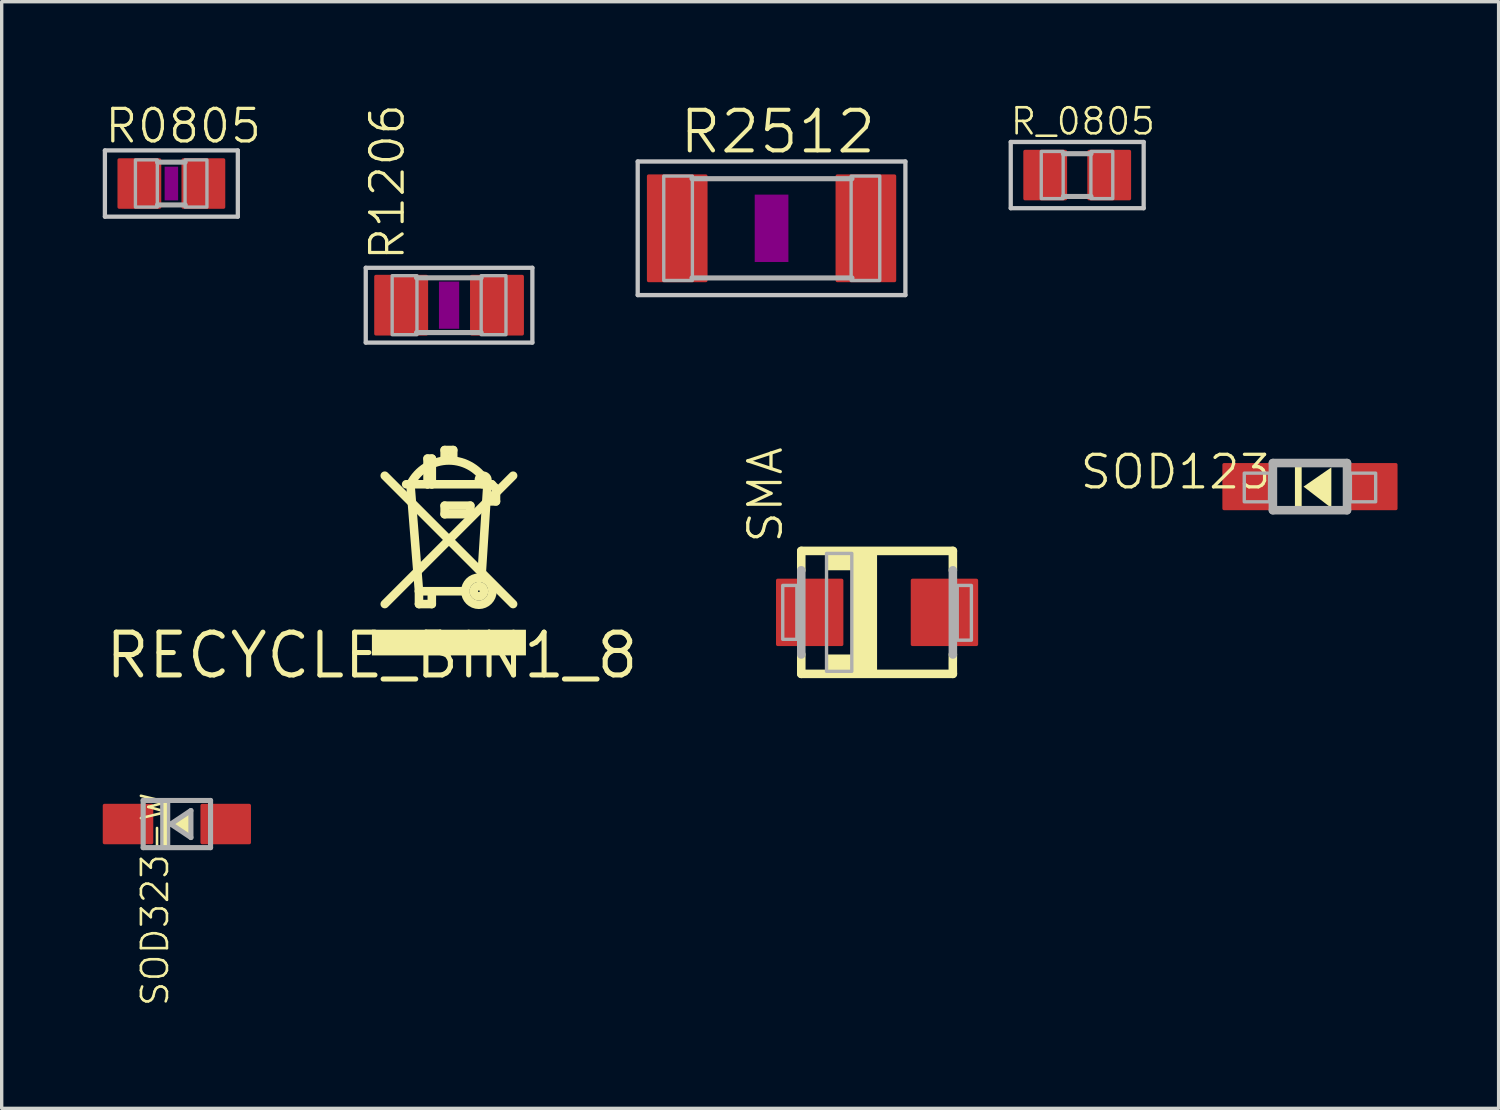
<source format=kicad_pcb>
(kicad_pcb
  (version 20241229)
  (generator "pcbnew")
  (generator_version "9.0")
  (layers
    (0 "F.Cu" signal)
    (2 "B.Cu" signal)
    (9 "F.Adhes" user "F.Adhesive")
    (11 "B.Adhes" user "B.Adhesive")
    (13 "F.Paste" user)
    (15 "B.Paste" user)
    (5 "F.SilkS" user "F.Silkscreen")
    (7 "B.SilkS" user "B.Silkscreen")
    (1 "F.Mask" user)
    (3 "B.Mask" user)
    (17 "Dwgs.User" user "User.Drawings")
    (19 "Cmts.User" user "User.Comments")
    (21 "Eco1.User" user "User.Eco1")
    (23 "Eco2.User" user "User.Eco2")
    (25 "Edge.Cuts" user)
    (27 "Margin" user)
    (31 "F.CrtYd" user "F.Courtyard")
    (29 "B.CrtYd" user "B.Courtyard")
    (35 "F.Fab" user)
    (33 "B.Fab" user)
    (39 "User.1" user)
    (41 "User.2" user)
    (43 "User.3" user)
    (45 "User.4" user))
  (footprint "R1206"
    (layer "F.Cu")
    (at 10.28 6.009)
    (property "Reference" "R1206" (at -1.27 -1.27 90) (layer "F.SilkS") (effects (font (size 0.965 0.965) (thickness 0.097)) (justify left bottom)))
    (attr through_hole)
    (fp_poly (pts (xy -0.3 0.7) (xy 0.3 0.7) (xy 0.3 -0.7) (xy -0.3 -0.7)) (stroke (width 0) (type solid)) (fill yes) (layer "F.Adhes"))
    (fp_line (start -2.473 -1.11) (end 2.473 -1.11) (stroke (width 0.127) (type solid)) (layer "Dwgs.User"))
    (fp_line (start -2.473 1.11) (end -2.473 -1.11) (stroke (width 0.127) (type solid)) (layer "Dwgs.User"))
    (fp_line (start 2.473 -1.11) (end 2.473 1.11) (stroke (width 0.127) (type solid)) (layer "Dwgs.User"))
    (fp_line (start 2.473 1.11) (end -2.473 1.11) (stroke (width 0.127) (type solid)) (layer "Dwgs.User"))
    (fp_line (start 0.953 -0.813) (end -0.965 -0.813) (stroke (width 0.152) (type solid)) (layer "F.Fab"))
    (fp_line (start 0.953 0.813) (end -0.965 0.813) (stroke (width 0.152) (type solid)) (layer "F.Fab"))
    (fp_poly (pts (xy -1.689 0.876) (xy -0.953 0.876) (xy -0.953 -0.876) (xy -1.689 -0.876)) (stroke (width 0.1) (type solid)) (fill no) (layer "F.Fab"))
    (fp_poly (pts (xy 0.953 0.876) (xy 1.689 0.876) (xy 1.689 -0.876) (xy 0.953 -0.876)) (stroke (width 0.1) (type solid)) (fill no) (layer "F.Fab"))
    (pad "1" smd roundrect (at -1.422 0) (size 1.6 1.803) (layers "F.Cu" "F.Mask" "F.Paste") (roundrect_rratio 0.032))
    (pad "2" smd roundrect (at 1.422 0) (size 1.6 1.803) (layers "F.Cu" "F.Mask" "F.Paste") (roundrect_rratio 0.032)))
  (footprint "SOD123"
    (layer "F.Cu")
    (at 35.835 11.395)
    (property "Reference" "SOD123" (at -1.1 -1 180) (layer "F.SilkS") (effects (font (size 0.965 0.965) (thickness 0.097)) (justify right top)))
    (attr through_hole)
    (fp_poly (pts (xy -0.191 0) (xy 0.635 -0.572) (xy 0.635 0.635)) (stroke (width 0) (type solid)) (fill yes) (layer "F.SilkS"))
    (fp_poly (pts (xy -0.446 0.7) (xy -0.246 0.7) (xy -0.246 -0.7) (xy -0.446 -0.7)) (stroke (width 0) (type solid)) (fill yes) (layer "F.SilkS"))
    (fp_line (start -1.1 -0.7) (end 1.1 -0.7) (stroke (width 0.254) (type solid)) (layer "F.Fab"))
    (fp_line (start -1.1 0.7) (end -1.1 -0.7) (stroke (width 0.254) (type solid)) (layer "F.Fab"))
    (fp_line (start 1.1 -0.7) (end 1.1 0.7) (stroke (width 0.254) (type solid)) (layer "F.Fab"))
    (fp_line (start 1.1 0.7) (end -1.1 0.7) (stroke (width 0.254) (type solid)) (layer "F.Fab"))
    (fp_poly (pts (xy -1.95 0.45) (xy -1.2 0.45) (xy -1.2 -0.4) (xy -1.95 -0.4)) (stroke (width 0.1) (type solid)) (fill no) (layer "F.Fab"))
    (fp_poly (pts (xy 1.2 0.45) (xy 1.95 0.45) (xy 1.95 -0.4) (xy 1.2 -0.4)) (stroke (width 0.1) (type solid)) (fill no) (layer "F.Fab"))
    (pad "A" smd roundrect (at 1.9 0) (size 1.4 1.4) (layers "F.Cu" "F.Mask" "F.Paste") (roundrect_rratio 0.036))
    (pad "C" smd roundrect (at -1.9 0) (size 1.4 1.4) (layers "F.Cu" "F.Mask" "F.Paste") (roundrect_rratio 0.036)))
  (footprint "SOD323-W"
    (layer "F.Cu")
    (at 2.2 21.411)
    (property "Reference" "SOD323-W" (at -1.1 -1 270) (layer "F.SilkS") (effects (font (size 0.772 0.772) (thickness 0.077)) (justify right top)))
    (attr through_hole)
    (fp_poly (pts (xy -0.191 0) (xy 0.381 -0.381) (xy 0.381 0.381)) (stroke (width 0) (type solid)) (fill yes) (layer "F.SilkS"))
    (fp_poly (pts (xy -0.446 0.7) (xy -0.246 0.7) (xy -0.246 -0.7) (xy -0.446 -0.7)) (stroke (width 0) (type solid)) (fill yes) (layer "F.SilkS"))
    (fp_line (start -1 -0.7) (end 1 -0.7) (stroke (width 0.152) (type solid)) (layer "F.Fab"))
    (fp_line (start -1 0.7) (end -1 -0.7) (stroke (width 0.152) (type solid)) (layer "F.Fab"))
    (fp_line (start -0.182 0) (end 0.417 -0.4) (stroke (width 0.152) (type solid)) (layer "F.Fab"))
    (fp_line (start 0.417 -0.4) (end 0.417 0.4) (stroke (width 0.152) (type solid)) (layer "F.Fab"))
    (fp_line (start 0.417 0.4) (end -0.182 0) (stroke (width 0.152) (type solid)) (layer "F.Fab"))
    (fp_line (start 1 -0.7) (end 1 0.7) (stroke (width 0.152) (type solid)) (layer "F.Fab"))
    (fp_line (start 1 0.7) (end -1 0.7) (stroke (width 0.152) (type solid)) (layer "F.Fab"))
    (fp_poly (pts (xy -0.446 0.7) (xy -0.246 0.7) (xy -0.246 -0.7) (xy -0.446 -0.7)) (stroke (width 0.1) (type solid)) (fill no) (layer "F.Fab"))
    (pad "A" smd roundrect (at 1.45 0) (size 1.5 1.2) (layers "F.Cu" "F.Mask" "F.Paste") (roundrect_rratio 0.042))
    (pad "C" smd roundrect (at -1.45 0) (size 1.5 1.2) (layers "F.Cu" "F.Mask" "F.Paste") (roundrect_rratio 0.042)))
  (footprint "R2512"
    (layer "F.Cu")
    (at 19.853 3.727)
    (property "Reference" "R2512" (at -2.794 -2.159 0) (layer "F.SilkS") (effects (font (size 1.206 1.206) (thickness 0.121)) (justify left bottom)))
    (attr through_hole)
    (fp_poly (pts (xy -0.5 1) (xy 0.5 1) (xy 0.5 -1) (xy -0.5 -1)) (stroke (width 0) (type solid)) (fill yes) (layer "F.Adhes"))
    (fp_line (start -3.973 -1.983) (end 3.973 -1.983) (stroke (width 0.127) (type solid)) (layer "Dwgs.User"))
    (fp_line (start -3.973 1.983) (end -3.973 -1.983) (stroke (width 0.127) (type solid)) (layer "Dwgs.User"))
    (fp_line (start 3.973 -1.983) (end 3.973 1.983) (stroke (width 0.127) (type solid)) (layer "Dwgs.User"))
    (fp_line (start 3.973 1.983) (end -3.973 1.983) (stroke (width 0.127) (type solid)) (layer "Dwgs.User"))
    (fp_line (start -2.362 -1.473) (end 2.387 -1.473) (stroke (width 0.152) (type solid)) (layer "F.Fab"))
    (fp_line (start -2.362 1.473) (end 2.387 1.473) (stroke (width 0.152) (type solid)) (layer "F.Fab"))
    (fp_poly (pts (xy -3.2 1.549) (xy -2.35 1.549) (xy -2.35 -1.551) (xy -3.2 -1.551)) (stroke (width 0.1) (type solid)) (fill no) (layer "F.Fab"))
    (fp_poly (pts (xy 2.362 1.549) (xy 3.212 1.549) (xy 3.212 -1.551) (xy 2.362 -1.551)) (stroke (width 0.1) (type solid)) (fill no) (layer "F.Fab"))
    (pad "1" smd roundrect (at -2.8 0) (size 1.8 3.2) (layers "F.Cu" "F.Mask" "F.Paste") (roundrect_rratio 0.028))
    (pad "2" smd roundrect (at 2.8 0) (size 1.8 3.2) (layers "F.Cu" "F.Mask" "F.Paste") (roundrect_rratio 0.028)))
  (footprint "SMA"
    (layer "F.Cu")
    (at 22.985 15.128)
    (property "Reference" "SMA" (at -2.75 -2 270) (layer "F.SilkS") (effects (font (size 0.965 0.965) (thickness 0.097)) (justify left bottom)))
    (attr through_hole)
    (fp_line (start -2.25 -1.825) (end -2.25 -1.25) (stroke (width 0.254) (type solid)) (layer "F.SilkS"))
    (fp_line (start -2.25 -1.825) (end 2.25 -1.825) (stroke (width 0.254) (type solid)) (layer "F.SilkS"))
    (fp_line (start -2.25 1.825) (end -2.25 1.25) (stroke (width 0.254) (type solid)) (layer "F.SilkS"))
    (fp_line (start 2.25 -1.825) (end 2.25 -1.25) (stroke (width 0.254) (type solid)) (layer "F.SilkS"))
    (fp_line (start 2.25 1.825) (end -2.25 1.825) (stroke (width 0.254) (type solid)) (layer "F.SilkS"))
    (fp_arc (start 2.25 1.825) (mid 2.247611 1.5375) (end 2.25 1.25) (stroke (width 0.254) (type solid)) (layer "F.SilkS"))
    (fp_poly (pts (xy -1.5 -1.25) (xy -0.75 -1.25) (xy -0.75 -1.75) (xy -1.5 -1.75)) (stroke (width 0) (type solid)) (fill yes) (layer "F.SilkS"))
    (fp_poly (pts (xy -1.5 1.75) (xy -0.75 1.75) (xy -0.75 1.25) (xy -1.5 1.25)) (stroke (width 0) (type solid)) (fill yes) (layer "F.SilkS"))
    (fp_poly (pts (xy -0.762 1.778) (xy 0 1.778) (xy 0 -1.778) (xy -0.762 -1.778)) (stroke (width 0) (type solid)) (fill yes) (layer "F.SilkS"))
    (fp_line (start -2.25 1.25) (end -2.25 -1.25) (stroke (width 0.254) (type solid)) (layer "F.Fab"))
    (fp_line (start 2.25 -1.25) (end 2.25 1.25) (stroke (width 0.254) (type solid)) (layer "F.Fab"))
    (fp_poly (pts (xy -2.8 0.8) (xy -2.38 0.8) (xy -2.38 -0.8) (xy -2.8 -0.8)) (stroke (width 0.1) (type solid)) (fill no) (layer "F.Fab"))
    (fp_poly (pts (xy -1.5 1.75) (xy -0.75 1.75) (xy -0.75 -1.75) (xy -1.5 -1.75)) (stroke (width 0.1) (type solid)) (fill no) (layer "F.Fab"))
    (fp_poly (pts (xy 2.38 0.825) (xy 2.8 0.825) (xy 2.8 -0.8) (xy 2.38 -0.8)) (stroke (width 0.1) (type solid)) (fill no) (layer "F.Fab"))
    (pad "A" smd roundrect (at 2 0) (size 2 2) (layers "F.Cu" "F.Mask" "F.Paste") (roundrect_rratio 0.025))
    (pad "C" smd roundrect (at -2 0) (size 2 2) (layers "F.Cu" "F.Mask" "F.Paste") (roundrect_rratio 0.025)))
  (footprint "RECYCLE_BIN1_8"
    (layer "F.Cu")
    (at 7.99 16.405)
    (property "Reference" "RECYCLE_BIN1_8" (at 0 0 0) (layer "F.SilkS") (effects (font (size 1.27 1.27) (thickness 0.15))))
    (attr through_hole)
    (fp_line (start 0.381 -5.334) (end 4.191 -1.524) (stroke (width 0.254) (type solid)) (layer "F.SilkS"))
    (fp_line (start 1.143 -5.08) (end 1.016 -5.08) (stroke (width 0.254) (type solid)) (layer "F.SilkS"))
    (fp_line (start 1.143 -5.08) (end 1.651 -5.08) (stroke (width 0.254) (type solid)) (layer "F.SilkS"))
    (fp_line (start 1.397 -1.905) (end 1.143 -5.08) (stroke (width 0.254) (type solid)) (layer "F.SilkS"))
    (fp_line (start 1.397 -1.905) (end 1.397 -1.524) (stroke (width 0.254) (type solid)) (layer "F.SilkS"))
    (fp_line (start 1.397 -1.524) (end 1.778 -1.524) (stroke (width 0.254) (type solid)) (layer "F.SilkS"))
    (fp_line (start 1.651 -5.842) (end 1.651 -5.08) (stroke (width 0.254) (type solid)) (layer "F.SilkS"))
    (fp_line (start 1.651 -5.842) (end 1.778 -5.842) (stroke (width 0.254) (type solid)) (layer "F.SilkS"))
    (fp_line (start 1.651 -5.08) (end 1.778 -5.08) (stroke (width 0.254) (type solid)) (layer "F.SilkS"))
    (fp_line (start 1.778 -5.842) (end 1.778 -5.08) (stroke (width 0.254) (type solid)) (layer "F.SilkS"))
    (fp_line (start 1.778 -5.08) (end 3.429 -5.08) (stroke (width 0.254) (type solid)) (layer "F.SilkS"))
    (fp_line (start 1.778 -1.905) (end 1.397 -1.905) (stroke (width 0.254) (type solid)) (layer "F.SilkS"))
    (fp_line (start 1.778 -1.524) (end 1.778 -1.905) (stroke (width 0.254) (type solid)) (layer "F.SilkS"))
    (fp_line (start 2.159 -6.096) (end 2.159 -5.842) (stroke (width 0.254) (type solid)) (layer "F.SilkS"))
    (fp_line (start 2.159 -5.842) (end 2.413 -5.842) (stroke (width 0.254) (type solid)) (layer "F.SilkS"))
    (fp_line (start 2.159 -4.445) (end 2.159 -4.191) (stroke (width 0.254) (type solid)) (layer "F.SilkS"))
    (fp_line (start 2.159 -4.191) (end 2.921 -4.191) (stroke (width 0.254) (type solid)) (layer "F.SilkS"))
    (fp_line (start 2.413 -6.096) (end 2.159 -6.096) (stroke (width 0.254) (type solid)) (layer "F.SilkS"))
    (fp_line (start 2.413 -5.842) (end 2.413 -6.096) (stroke (width 0.254) (type solid)) (layer "F.SilkS"))
    (fp_line (start 2.769 -1.905) (end 1.778 -1.905) (stroke (width 0.254) (type solid)) (layer "F.SilkS"))
    (fp_line (start 2.921 -4.445) (end 2.159 -4.445) (stroke (width 0.254) (type solid)) (layer "F.SilkS"))
    (fp_line (start 2.921 -4.191) (end 2.921 -4.445) (stroke (width 0.254) (type solid)) (layer "F.SilkS"))
    (fp_line (start 3.429 -5.08) (end 3.251 -2.311) (stroke (width 0.254) (type solid)) (layer "F.SilkS"))
    (fp_line (start 3.429 -5.08) (end 3.556 -5.08) (stroke (width 0.254) (type solid)) (layer "F.SilkS"))
    (fp_line (start 3.429 -4.572) (end 0.381 -1.524) (stroke (width 0.254) (type solid)) (layer "F.SilkS"))
    (fp_line (start 3.556 -5.08) (end 3.683 -4.953) (stroke (width 0.254) (type solid)) (layer "F.SilkS"))
    (fp_line (start 3.683 -4.953) (end 3.683 -4.572) (stroke (width 0.254) (type solid)) (layer "F.SilkS"))
    (fp_line (start 3.683 -4.572) (end 3.429 -4.572) (stroke (width 0.254) (type solid)) (layer "F.SilkS"))
    (fp_line (start 4.191 -5.334) (end 3.429 -4.572) (stroke (width 0.254) (type solid)) (layer "F.SilkS"))
    (fp_arc (start 1.143 -5.08) (mid 2.286 -5.786413) (end 3.429 -5.08) (stroke (width 0.254) (type solid)) (layer "F.SilkS"))
    (fp_circle (center 3.175 -1.905) (end 3.2 -1.905) (stroke (width 0.254) (type solid)) (fill no) (layer "F.SilkS"))
    (fp_circle (center 3.175 -1.905) (end 3.577 -1.905) (stroke (width 0.254) (type solid)) (fill no) (layer "F.SilkS"))
    (fp_circle (center 3.302 -5.207) (end 3.429 -5.207) (stroke (width 0.254) (type solid)) (fill no) (layer "F.SilkS"))
    (fp_poly (pts (xy 0 0) (xy 4.572 0) (xy 4.572 -0.762) (xy 0 -0.762)) (stroke (width 0) (type solid)) (fill yes) (layer "F.SilkS")))
  (footprint "R0805"
    (layer "F.Cu")
    (at 2.037 2.398)
    (property "Reference" "R0805" (at -2.032 -1.143 180) (layer "F.SilkS") (effects (font (size 0.965 0.965) (thickness 0.097)) (justify left bottom)))
    (attr through_hole)
    (fp_poly (pts (xy -0.2 0.5) (xy 0.2 0.5) (xy 0.2 -0.5) (xy -0.2 -0.5)) (stroke (width 0) (type solid)) (fill yes) (layer "F.Adhes"))
    (fp_line (start -1.973 -0.983) (end 1.973 -0.983) (stroke (width 0.127) (type solid)) (layer "Dwgs.User"))
    (fp_line (start -1.973 0.983) (end -1.973 -0.983) (stroke (width 0.127) (type solid)) (layer "Dwgs.User"))
    (fp_line (start 1.973 -0.983) (end 1.973 0.983) (stroke (width 0.127) (type solid)) (layer "Dwgs.User"))
    (fp_line (start 1.973 0.983) (end -1.973 0.983) (stroke (width 0.127) (type solid)) (layer "Dwgs.User"))
    (fp_line (start -0.41 -0.635) (end 0.41 -0.635) (stroke (width 0.152) (type solid)) (layer "F.Fab"))
    (fp_line (start -0.41 0.635) (end 0.41 0.635) (stroke (width 0.152) (type solid)) (layer "F.Fab"))
    (fp_poly (pts (xy -1.067 0.699) (xy -0.417 0.699) (xy -0.417 -0.702) (xy -1.067 -0.702)) (stroke (width 0.1) (type solid)) (fill no) (layer "F.Fab"))
    (fp_poly (pts (xy 0.406 0.699) (xy 1.056 0.699) (xy 1.056 -0.702) (xy 0.406 -0.702)) (stroke (width 0.1) (type solid)) (fill no) (layer "F.Fab"))
    (pad "1" smd roundrect (at -0.95 0) (size 1.3 1.5) (layers "F.Cu" "F.Mask" "F.Paste") (roundrect_rratio 0.039))
    (pad "2" smd roundrect (at 0.95 0) (size 1.3 1.5) (layers "F.Cu" "F.Mask" "F.Paste") (roundrect_rratio 0.039)))
  (footprint "R_0805"
    (layer "F.Cu")
    (at 28.926 2.147)
    (property "Reference" "R_0805" (at -2.032 -1.143 180) (layer "F.SilkS") (effects (font (size 0.772 0.772) (thickness 0.077)) (justify left bottom)))
    (attr through_hole)
    (fp_line (start -1.973 -0.983) (end 1.973 -0.983) (stroke (width 0.127) (type solid)) (layer "Dwgs.User"))
    (fp_line (start -1.973 0.983) (end -1.973 -0.983) (stroke (width 0.127) (type solid)) (layer "Dwgs.User"))
    (fp_line (start 1.973 -0.983) (end 1.973 0.983) (stroke (width 0.127) (type solid)) (layer "Dwgs.User"))
    (fp_line (start 1.973 0.983) (end -1.973 0.983) (stroke (width 0.127) (type solid)) (layer "Dwgs.User"))
    (fp_line (start -0.41 -0.635) (end 0.41 -0.635) (stroke (width 0.152) (type solid)) (layer "F.Fab"))
    (fp_line (start -0.41 0.635) (end 0.41 0.635) (stroke (width 0.152) (type solid)) (layer "F.Fab"))
    (fp_poly (pts (xy -1.067 0.699) (xy -0.417 0.699) (xy -0.417 -0.702) (xy -1.067 -0.702)) (stroke (width 0.1) (type solid)) (fill no) (layer "F.Fab"))
    (fp_poly (pts (xy 0.406 0.699) (xy 1.056 0.699) (xy 1.056 -0.702) (xy 0.406 -0.702)) (stroke (width 0.1) (type solid)) (fill no) (layer "F.Fab"))
    (pad "1" smd roundrect (at -0.95 0) (size 1.3 1.5) (layers "F.Cu" "F.Mask" "F.Paste") (roundrect_rratio 0.039))
    (pad "2" smd roundrect (at 0.95 0) (size 1.3 1.5) (layers "F.Cu" "F.Mask" "F.Paste") (roundrect_rratio 0.039)))
  (gr_rect
    (start -3 -3)
    (end 41.435 29.85)
    (stroke (width 0.1) (type default))
    (fill no)
    (layer "Edge.Cuts")))
</source>
